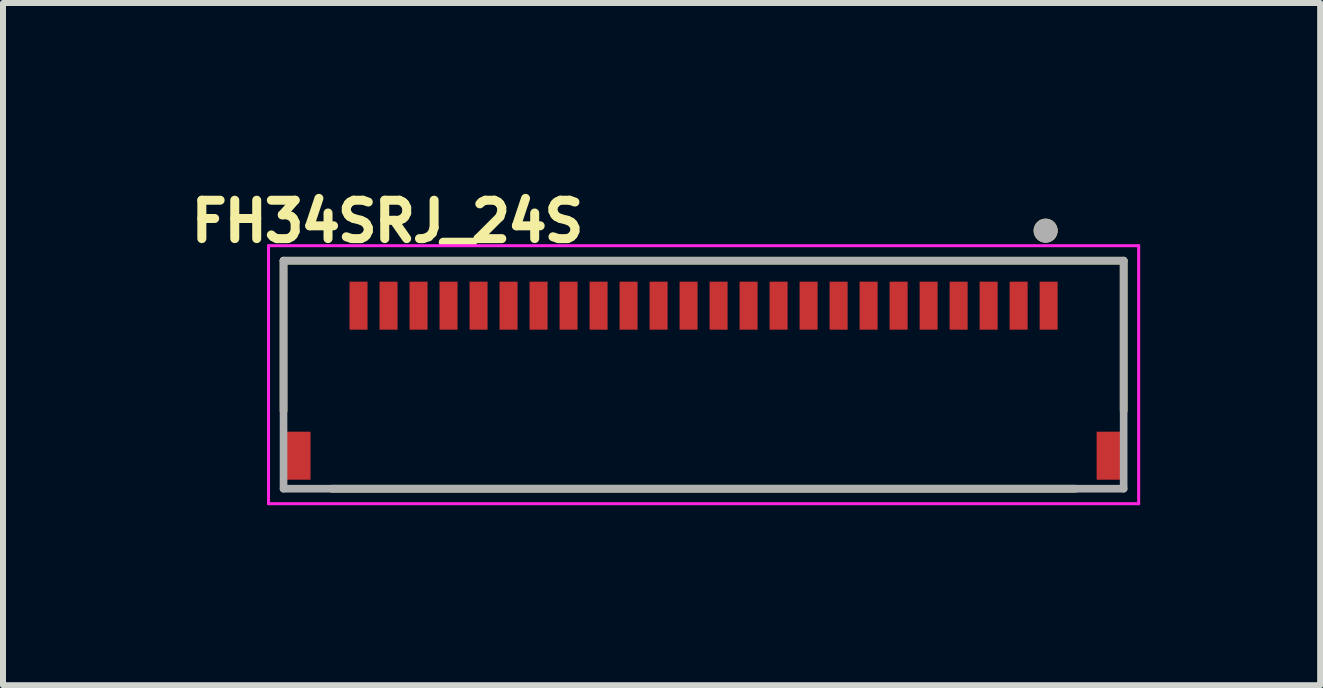
<source format=kicad_pcb>
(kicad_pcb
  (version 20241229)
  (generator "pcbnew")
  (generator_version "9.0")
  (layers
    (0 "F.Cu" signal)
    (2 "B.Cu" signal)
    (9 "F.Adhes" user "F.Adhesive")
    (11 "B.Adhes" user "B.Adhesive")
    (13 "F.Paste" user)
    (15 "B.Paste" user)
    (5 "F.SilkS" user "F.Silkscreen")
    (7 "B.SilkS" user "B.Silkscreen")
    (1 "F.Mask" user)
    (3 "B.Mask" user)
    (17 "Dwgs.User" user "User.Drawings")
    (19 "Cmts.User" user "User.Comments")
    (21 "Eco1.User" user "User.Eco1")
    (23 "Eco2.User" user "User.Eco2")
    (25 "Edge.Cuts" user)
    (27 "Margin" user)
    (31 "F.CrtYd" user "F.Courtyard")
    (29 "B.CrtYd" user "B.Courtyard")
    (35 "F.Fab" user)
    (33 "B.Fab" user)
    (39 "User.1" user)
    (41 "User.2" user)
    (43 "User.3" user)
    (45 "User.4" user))
  (footprint "FH34SRJ_24S"
    (layer "F.Cu")
    (at 8.675 3.194)
    (property "Reference" "FH34SRJ_24S" (at -5.268 -2.556 0) (layer "F.SilkS") (effects (font (size 0.64 0.64) (thickness 0.15))))
    (attr through_hole)
    (fp_line (start -7 -1.9) (end 7 -1.9) (stroke (width 0.127) (type solid)) (layer "F.SilkS"))
    (fp_line (start -7 0.6) (end -7 -1.9) (stroke (width 0.127) (type solid)) (layer "F.SilkS"))
    (fp_line (start -6.2 1.9) (end 6.2 1.9) (stroke (width 0.127) (type solid)) (layer "F.SilkS"))
    (fp_line (start 7 -1.9) (end 7 0.6) (stroke (width 0.127) (type solid)) (layer "F.SilkS"))
    (fp_circle (center 5.7 -2.4) (end 5.8 -2.4) (stroke (width 0.2) (type solid)) (fill no) (layer "F.SilkS"))
    (fp_poly (pts (xy -5.875 -1.55) (xy -5.625 -1.55) (xy -5.625 -0.9) (xy -5.875 -0.9)) (stroke (width 0.01) (type solid)) (fill yes) (layer "F.Paste"))
    (fp_poly (pts (xy -5.375 -1.55) (xy -5.125 -1.55) (xy -5.125 -0.9) (xy -5.375 -0.9)) (stroke (width 0.01) (type solid)) (fill yes) (layer "F.Paste"))
    (fp_poly (pts (xy -4.875 -1.55) (xy -4.625 -1.55) (xy -4.625 -0.9) (xy -4.875 -0.9)) (stroke (width 0.01) (type solid)) (fill yes) (layer "F.Paste"))
    (fp_poly (pts (xy -4.375 -1.55) (xy -4.125 -1.55) (xy -4.125 -0.9) (xy -4.375 -0.9)) (stroke (width 0.01) (type solid)) (fill yes) (layer "F.Paste"))
    (fp_poly (pts (xy -3.875 -1.55) (xy -3.625 -1.55) (xy -3.625 -0.9) (xy -3.875 -0.9)) (stroke (width 0.01) (type solid)) (fill yes) (layer "F.Paste"))
    (fp_poly (pts (xy -3.375 -1.55) (xy -3.125 -1.55) (xy -3.125 -0.9) (xy -3.375 -0.9)) (stroke (width 0.01) (type solid)) (fill yes) (layer "F.Paste"))
    (fp_poly (pts (xy -2.875 -1.55) (xy -2.625 -1.55) (xy -2.625 -0.9) (xy -2.875 -0.9)) (stroke (width 0.01) (type solid)) (fill yes) (layer "F.Paste"))
    (fp_poly (pts (xy -2.375 -1.55) (xy -2.125 -1.55) (xy -2.125 -0.9) (xy -2.375 -0.9)) (stroke (width 0.01) (type solid)) (fill yes) (layer "F.Paste"))
    (fp_poly (pts (xy -1.875 -1.55) (xy -1.625 -1.55) (xy -1.625 -0.9) (xy -1.875 -0.9)) (stroke (width 0.01) (type solid)) (fill yes) (layer "F.Paste"))
    (fp_poly (pts (xy -1.375 -1.55) (xy -1.125 -1.55) (xy -1.125 -0.9) (xy -1.375 -0.9)) (stroke (width 0.01) (type solid)) (fill yes) (layer "F.Paste"))
    (fp_poly (pts (xy -0.875 -1.55) (xy -0.625 -1.55) (xy -0.625 -0.9) (xy -0.875 -0.9)) (stroke (width 0.01) (type solid)) (fill yes) (layer "F.Paste"))
    (fp_poly (pts (xy -0.375 -1.55) (xy -0.125 -1.55) (xy -0.125 -0.9) (xy -0.375 -0.9)) (stroke (width 0.01) (type solid)) (fill yes) (layer "F.Paste"))
    (fp_poly (pts (xy 0.125 -1.55) (xy 0.375 -1.55) (xy 0.375 -0.9) (xy 0.125 -0.9)) (stroke (width 0.01) (type solid)) (fill yes) (layer "F.Paste"))
    (fp_poly (pts (xy 0.625 -1.55) (xy 0.875 -1.55) (xy 0.875 -0.9) (xy 0.625 -0.9)) (stroke (width 0.01) (type solid)) (fill yes) (layer "F.Paste"))
    (fp_poly (pts (xy 1.125 -1.55) (xy 1.375 -1.55) (xy 1.375 -0.9) (xy 1.125 -0.9)) (stroke (width 0.01) (type solid)) (fill yes) (layer "F.Paste"))
    (fp_poly (pts (xy 1.625 -1.55) (xy 1.875 -1.55) (xy 1.875 -0.9) (xy 1.625 -0.9)) (stroke (width 0.01) (type solid)) (fill yes) (layer "F.Paste"))
    (fp_poly (pts (xy 2.125 -1.55) (xy 2.375 -1.55) (xy 2.375 -0.9) (xy 2.125 -0.9)) (stroke (width 0.01) (type solid)) (fill yes) (layer "F.Paste"))
    (fp_poly (pts (xy 2.625 -1.55) (xy 2.875 -1.55) (xy 2.875 -0.9) (xy 2.625 -0.9)) (stroke (width 0.01) (type solid)) (fill yes) (layer "F.Paste"))
    (fp_poly (pts (xy 3.125 -1.55) (xy 3.375 -1.55) (xy 3.375 -0.9) (xy 3.125 -0.9)) (stroke (width 0.01) (type solid)) (fill yes) (layer "F.Paste"))
    (fp_poly (pts (xy 3.625 -1.55) (xy 3.875 -1.55) (xy 3.875 -0.9) (xy 3.625 -0.9)) (stroke (width 0.01) (type solid)) (fill yes) (layer "F.Paste"))
    (fp_poly (pts (xy 4.125 -1.55) (xy 4.375 -1.55) (xy 4.375 -0.9) (xy 4.125 -0.9)) (stroke (width 0.01) (type solid)) (fill yes) (layer "F.Paste"))
    (fp_poly (pts (xy 4.625 -1.55) (xy 4.875 -1.55) (xy 4.875 -0.9) (xy 4.625 -0.9)) (stroke (width 0.01) (type solid)) (fill yes) (layer "F.Paste"))
    (fp_poly (pts (xy 5.125 -1.55) (xy 5.375 -1.55) (xy 5.375 -0.9) (xy 5.125 -0.9)) (stroke (width 0.01) (type solid)) (fill yes) (layer "F.Paste"))
    (fp_poly (pts (xy 5.625 -1.55) (xy 5.875 -1.55) (xy 5.875 -0.9) (xy 5.625 -0.9)) (stroke (width 0.01) (type solid)) (fill yes) (layer "F.Paste"))
    (fp_line (start -7.25 -2.15) (end 7.25 -2.15) (stroke (width 0.05) (type solid)) (layer "F.CrtYd"))
    (fp_line (start -7.25 2.15) (end -7.25 -2.15) (stroke (width 0.05) (type solid)) (layer "F.CrtYd"))
    (fp_line (start 7.25 -2.15) (end 7.25 2.15) (stroke (width 0.05) (type solid)) (layer "F.CrtYd"))
    (fp_line (start 7.25 2.15) (end -7.25 2.15) (stroke (width 0.05) (type solid)) (layer "F.CrtYd"))
    (fp_line (start -7 -1.9) (end 7 -1.9) (stroke (width 0.127) (type solid)) (layer "F.Fab"))
    (fp_line (start -7 1.9) (end -7 -1.9) (stroke (width 0.127) (type solid)) (layer "F.Fab"))
    (fp_line (start 7 -1.9) (end 7 1.9) (stroke (width 0.127) (type solid)) (layer "F.Fab"))
    (fp_line (start 7 1.9) (end -7 1.9) (stroke (width 0.127) (type solid)) (layer "F.Fab"))
    (fp_circle (center 5.7 -2.4) (end 5.8 -2.4) (stroke (width 0.2) (type solid)) (fill no) (layer "F.Fab"))
    (pad "1" smd rect (at 5.75 -1.15) (size 0.3 0.8) (layers "F.Cu" "F.Mask"))
    (pad "2" smd rect (at 5.25 -1.15) (size 0.3 0.8) (layers "F.Cu" "F.Mask"))
    (pad "3" smd rect (at 4.75 -1.15) (size 0.3 0.8) (layers "F.Cu" "F.Mask"))
    (pad "4" smd rect (at 4.25 -1.15) (size 0.3 0.8) (layers "F.Cu" "F.Mask"))
    (pad "5" smd rect (at 3.75 -1.15) (size 0.3 0.8) (layers "F.Cu" "F.Mask"))
    (pad "6" smd rect (at 3.25 -1.15) (size 0.3 0.8) (layers "F.Cu" "F.Mask"))
    (pad "7" smd rect (at 2.75 -1.15) (size 0.3 0.8) (layers "F.Cu" "F.Mask"))
    (pad "8" smd rect (at 2.25 -1.15) (size 0.3 0.8) (layers "F.Cu" "F.Mask"))
    (pad "9" smd rect (at 1.75 -1.15) (size 0.3 0.8) (layers "F.Cu" "F.Mask"))
    (pad "10" smd rect (at 1.25 -1.15) (size 0.3 0.8) (layers "F.Cu" "F.Mask"))
    (pad "11" smd rect (at 0.75 -1.15) (size 0.3 0.8) (layers "F.Cu" "F.Mask"))
    (pad "12" smd rect (at 0.25 -1.15) (size 0.3 0.8) (layers "F.Cu" "F.Mask"))
    (pad "13" smd rect (at -0.25 -1.15) (size 0.3 0.8) (layers "F.Cu" "F.Mask"))
    (pad "14" smd rect (at -0.75 -1.15) (size 0.3 0.8) (layers "F.Cu" "F.Mask"))
    (pad "15" smd rect (at -1.25 -1.15) (size 0.3 0.8) (layers "F.Cu" "F.Mask"))
    (pad "16" smd rect (at -1.75 -1.15) (size 0.3 0.8) (layers "F.Cu" "F.Mask"))
    (pad "17" smd rect (at -2.25 -1.15) (size 0.3 0.8) (layers "F.Cu" "F.Mask"))
    (pad "18" smd rect (at -2.75 -1.15) (size 0.3 0.8) (layers "F.Cu" "F.Mask"))
    (pad "19" smd rect (at -3.25 -1.15) (size 0.3 0.8) (layers "F.Cu" "F.Mask"))
    (pad "20" smd rect (at -3.75 -1.15) (size 0.3 0.8) (layers "F.Cu" "F.Mask"))
    (pad "21" smd rect (at -4.25 -1.15) (size 0.3 0.8) (layers "F.Cu" "F.Mask"))
    (pad "22" smd rect (at -4.75 -1.15) (size 0.3 0.8) (layers "F.Cu" "F.Mask"))
    (pad "23" smd rect (at -5.25 -1.15) (size 0.3 0.8) (layers "F.Cu" "F.Mask"))
    (pad "24" smd rect (at -5.75 -1.15) (size 0.3 0.8) (layers "F.Cu" "F.Mask"))
    (pad "S1" smd rect (at -6.75 1.35) (size 0.4 0.8) (layers "F.Cu" "F.Mask" "F.Paste"))
    (pad "S2" smd rect (at 6.75 1.35) (size 0.4 0.8) (layers "F.Cu" "F.Mask" "F.Paste")))
  (gr_rect
    (start -3 -3)
    (end 18.95 8.369)
    (stroke (width 0.1) (type default))
    (fill no)
    (layer "Edge.Cuts")))
</source>
